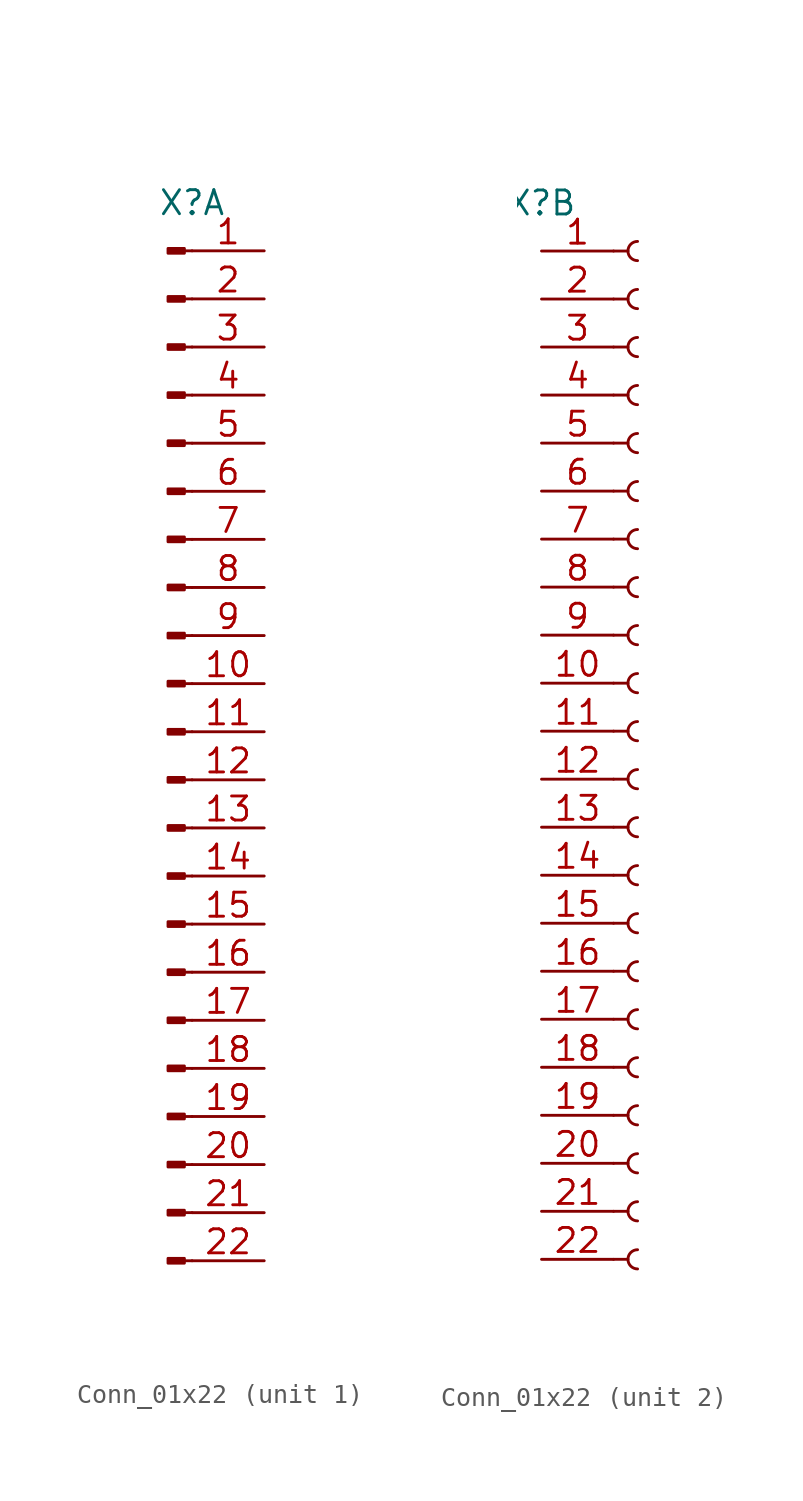
<source format=kicad_sym>
(kicad_symbol_lib
  (version 20241209)
  (generator "kicad_symbol_editor")
  (generator_version "9.0")
  (symbol "Conn_01x22"
    (pin_names
      (offset 1.016)
      (hide yes))
    (property "Reference" "X"
      (at 0 27.94 0)
      (effects (font (size 1.27 1.27))))
    (property "ki_locked" ""
      (at 0 0 0)
      (effects (font (size 1.27 1.27))))
    (symbol "Conn_01x22_1_1"
      (rectangle (start -0.406 25.527) (end -1.27 25.273) (stroke (width 0.152) (type default)) (fill (type outline)))
      (rectangle (start -0.406 22.987) (end -1.27 22.733) (stroke (width 0.152) (type default)) (fill (type outline)))
      (rectangle (start -0.406 20.447) (end -1.27 20.193) (stroke (width 0.152) (type default)) (fill (type outline)))
      (rectangle (start -0.406 17.907) (end -1.27 17.653) (stroke (width 0.152) (type default)) (fill (type outline)))
      (rectangle (start -0.406 15.367) (end -1.27 15.113) (stroke (width 0.152) (type default)) (fill (type outline)))
      (rectangle (start -0.406 12.827) (end -1.27 12.573) (stroke (width 0.152) (type default)) (fill (type outline)))
      (rectangle (start -0.406 10.287) (end -1.27 10.033) (stroke (width 0.152) (type default)) (fill (type outline)))
      (rectangle (start -0.406 7.747) (end -1.27 7.493) (stroke (width 0.152) (type default)) (fill (type outline)))
      (rectangle (start -0.406 5.207) (end -1.27 4.953) (stroke (width 0.152) (type default)) (fill (type outline)))
      (rectangle (start -0.406 2.667) (end -1.27 2.413) (stroke (width 0.152) (type default)) (fill (type outline)))
      (rectangle (start -0.406 0.127) (end -1.27 -0.127) (stroke (width 0.152) (type default)) (fill (type outline)))
      (rectangle (start -0.406 -2.413) (end -1.27 -2.667) (stroke (width 0.152) (type default)) (fill (type outline)))
      (rectangle (start -0.406 -4.953) (end -1.27 -5.207) (stroke (width 0.152) (type default)) (fill (type outline)))
      (rectangle (start -0.406 -7.493) (end -1.27 -7.747) (stroke (width 0.152) (type default)) (fill (type outline)))
      (rectangle (start -0.406 -10.033) (end -1.27 -10.287) (stroke (width 0.152) (type default)) (fill (type outline)))
      (rectangle (start -0.406 -12.573) (end -1.27 -12.827) (stroke (width 0.152) (type default)) (fill (type outline)))
      (rectangle (start -0.406 -15.113) (end -1.27 -15.367) (stroke (width 0.152) (type default)) (fill (type outline)))
      (rectangle (start -0.406 -17.653) (end -1.27 -17.907) (stroke (width 0.152) (type default)) (fill (type outline)))
      (rectangle (start -0.406 -20.193) (end -1.27 -20.447) (stroke (width 0.152) (type default)) (fill (type outline)))
      (rectangle (start -0.406 -22.733) (end -1.27 -22.987) (stroke (width 0.152) (type default)) (fill (type outline)))
      (rectangle (start -0.406 -25.273) (end -1.27 -25.527) (stroke (width 0.152) (type default)) (fill (type outline)))
      (rectangle (start -0.406 -27.813) (end -1.27 -28.067) (stroke (width 0.152) (type default)) (fill (type outline)))
      (polyline (pts (xy 0 25.4) (xy -0.406 25.4)) (stroke (width 0.152) (type default)) (fill (type none)))
      (polyline (pts (xy 0 22.86) (xy -0.406 22.86)) (stroke (width 0.152) (type default)) (fill (type none)))
      (polyline (pts (xy 0 20.32) (xy -0.406 20.32)) (stroke (width 0.152) (type default)) (fill (type none)))
      (polyline (pts (xy 0 17.78) (xy -0.406 17.78)) (stroke (width 0.152) (type default)) (fill (type none)))
      (polyline (pts (xy 0 15.24) (xy -0.406 15.24)) (stroke (width 0.152) (type default)) (fill (type none)))
      (polyline (pts (xy 0 12.7) (xy -0.406 12.7)) (stroke (width 0.152) (type default)) (fill (type none)))
      (polyline (pts (xy 0 10.16) (xy -0.406 10.16)) (stroke (width 0.152) (type default)) (fill (type none)))
      (polyline (pts (xy 0 7.62) (xy -0.406 7.62)) (stroke (width 0.152) (type default)) (fill (type none)))
      (polyline (pts (xy 0 5.08) (xy -0.406 5.08)) (stroke (width 0.152) (type default)) (fill (type none)))
      (polyline (pts (xy 0 2.54) (xy -0.406 2.54)) (stroke (width 0.152) (type default)) (fill (type none)))
      (polyline (pts (xy 0 0) (xy -0.406 0)) (stroke (width 0.152) (type default)) (fill (type none)))
      (polyline (pts (xy 0 -2.54) (xy -0.406 -2.54)) (stroke (width 0.152) (type default)) (fill (type none)))
      (polyline (pts (xy 0 -5.08) (xy -0.406 -5.08)) (stroke (width 0.152) (type default)) (fill (type none)))
      (polyline (pts (xy 0 -7.62) (xy -0.406 -7.62)) (stroke (width 0.152) (type default)) (fill (type none)))
      (polyline (pts (xy 0 -10.16) (xy -0.406 -10.16)) (stroke (width 0.152) (type default)) (fill (type none)))
      (polyline (pts (xy 0 -12.7) (xy -0.406 -12.7)) (stroke (width 0.152) (type default)) (fill (type none)))
      (polyline (pts (xy 0 -15.24) (xy -0.406 -15.24)) (stroke (width 0.152) (type default)) (fill (type none)))
      (polyline (pts (xy 0 -17.78) (xy -0.406 -17.78)) (stroke (width 0.152) (type default)) (fill (type none)))
      (polyline (pts (xy 0 -20.32) (xy -0.406 -20.32)) (stroke (width 0.152) (type default)) (fill (type none)))
      (polyline (pts (xy 0 -22.86) (xy -0.406 -22.86)) (stroke (width 0.152) (type default)) (fill (type none)))
      (polyline (pts (xy 0 -25.4) (xy -0.406 -25.4)) (stroke (width 0.152) (type default)) (fill (type none)))
      (polyline (pts (xy 0 -27.94) (xy -0.406 -27.94)) (stroke (width 0.152) (type default)) (fill (type none)))
      (pin passive line (at 3.81 25.4 180) (length 3.81) (name "Pin_1" (effects (font (size 1.27 1.27)))) (number "1" (effects (font (size 1.27 1.27)))))
      (pin passive line (at 3.81 22.86 180) (length 3.81) (name "Pin_2" (effects (font (size 1.27 1.27)))) (number "2" (effects (font (size 1.27 1.27)))))
      (pin passive line (at 3.81 20.32 180) (length 3.81) (name "Pin_3" (effects (font (size 1.27 1.27)))) (number "3" (effects (font (size 1.27 1.27)))))
      (pin passive line (at 3.81 17.78 180) (length 3.81) (name "Pin_4" (effects (font (size 1.27 1.27)))) (number "4" (effects (font (size 1.27 1.27)))))
      (pin passive line (at 3.81 15.24 180) (length 3.81) (name "Pin_5" (effects (font (size 1.27 1.27)))) (number "5" (effects (font (size 1.27 1.27)))))
      (pin passive line (at 3.81 12.7 180) (length 3.81) (name "Pin_6" (effects (font (size 1.27 1.27)))) (number "6" (effects (font (size 1.27 1.27)))))
      (pin passive line (at 3.81 10.16 180) (length 3.81) (name "Pin_7" (effects (font (size 1.27 1.27)))) (number "7" (effects (font (size 1.27 1.27)))))
      (pin passive line (at 3.81 7.62 180) (length 3.81) (name "Pin_8" (effects (font (size 1.27 1.27)))) (number "8" (effects (font (size 1.27 1.27)))))
      (pin passive line (at 3.81 5.08 180) (length 3.81) (name "Pin_9" (effects (font (size 1.27 1.27)))) (number "9" (effects (font (size 1.27 1.27)))))
      (pin passive line (at 3.81 2.54 180) (length 3.81) (name "Pin_10" (effects (font (size 1.27 1.27)))) (number "10" (effects (font (size 1.27 1.27)))))
      (pin passive line (at 3.81 0 180) (length 3.81) (name "Pin_11" (effects (font (size 1.27 1.27)))) (number "11" (effects (font (size 1.27 1.27)))))
      (pin passive line (at 3.81 -2.54 180) (length 3.81) (name "Pin_12" (effects (font (size 1.27 1.27)))) (number "12" (effects (font (size 1.27 1.27)))))
      (pin passive line (at 3.81 -5.08 180) (length 3.81) (name "Pin_13" (effects (font (size 1.27 1.27)))) (number "13" (effects (font (size 1.27 1.27)))))
      (pin passive line (at 3.81 -7.62 180) (length 3.81) (name "Pin_14" (effects (font (size 1.27 1.27)))) (number "14" (effects (font (size 1.27 1.27)))))
      (pin passive line (at 3.81 -10.16 180) (length 3.81) (name "Pin_15" (effects (font (size 1.27 1.27)))) (number "15" (effects (font (size 1.27 1.27)))))
      (pin passive line (at 3.81 -12.7 180) (length 3.81) (name "Pin_16" (effects (font (size 1.27 1.27)))) (number "16" (effects (font (size 1.27 1.27)))))
      (pin passive line (at 3.81 -15.24 180) (length 3.81) (name "Pin_17" (effects (font (size 1.27 1.27)))) (number "17" (effects (font (size 1.27 1.27)))))
      (pin passive line (at 3.81 -17.78 180) (length 3.81) (name "Pin_18" (effects (font (size 1.27 1.27)))) (number "18" (effects (font (size 1.27 1.27)))))
      (pin passive line (at 3.81 -20.32 180) (length 3.81) (name "Pin_19" (effects (font (size 1.27 1.27)))) (number "19" (effects (font (size 1.27 1.27)))))
      (pin passive line (at 3.81 -22.86 180) (length 3.81) (name "Pin_20" (effects (font (size 1.27 1.27)))) (number "20" (effects (font (size 1.27 1.27)))))
      (pin passive line (at 3.81 -25.4 180) (length 3.81) (name "Pin_21" (effects (font (size 1.27 1.27)))) (number "21" (effects (font (size 1.27 1.27)))))
      (pin passive line (at 3.81 -27.94 180) (length 3.81) (name "Pin_22" (effects (font (size 1.27 1.27)))) (number "22" (effects (font (size 1.27 1.27))))))
    (symbol "Conn_01x22_2_1"
      (polyline (pts (xy 3.81 25.4) (xy 4.572 25.4)) (stroke (width 0.152) (type default)) (fill (type none)))
      (polyline (pts (xy 3.81 22.86) (xy 4.572 22.86)) (stroke (width 0.152) (type default)) (fill (type none)))
      (polyline (pts (xy 3.81 20.32) (xy 4.572 20.32)) (stroke (width 0.152) (type default)) (fill (type none)))
      (polyline (pts (xy 3.81 17.78) (xy 4.572 17.78)) (stroke (width 0.152) (type default)) (fill (type none)))
      (polyline (pts (xy 3.81 15.24) (xy 4.572 15.24)) (stroke (width 0.152) (type default)) (fill (type none)))
      (polyline (pts (xy 3.81 12.7) (xy 4.572 12.7)) (stroke (width 0.152) (type default)) (fill (type none)))
      (polyline (pts (xy 3.81 10.16) (xy 4.572 10.16)) (stroke (width 0.152) (type default)) (fill (type none)))
      (polyline (pts (xy 3.81 7.62) (xy 4.572 7.62)) (stroke (width 0.152) (type default)) (fill (type none)))
      (polyline (pts (xy 3.81 5.08) (xy 4.572 5.08)) (stroke (width 0.152) (type default)) (fill (type none)))
      (polyline (pts (xy 3.81 2.54) (xy 4.572 2.54)) (stroke (width 0.152) (type default)) (fill (type none)))
      (polyline (pts (xy 3.81 0) (xy 4.572 0)) (stroke (width 0.152) (type default)) (fill (type none)))
      (polyline (pts (xy 3.81 -2.54) (xy 4.572 -2.54)) (stroke (width 0.152) (type default)) (fill (type none)))
      (polyline (pts (xy 3.81 -5.08) (xy 4.572 -5.08)) (stroke (width 0.152) (type default)) (fill (type none)))
      (polyline (pts (xy 3.81 -7.62) (xy 4.572 -7.62)) (stroke (width 0.152) (type default)) (fill (type none)))
      (polyline (pts (xy 3.81 -10.16) (xy 4.572 -10.16)) (stroke (width 0.152) (type default)) (fill (type none)))
      (polyline (pts (xy 3.81 -12.7) (xy 4.572 -12.7)) (stroke (width 0.152) (type default)) (fill (type none)))
      (polyline (pts (xy 3.81 -15.24) (xy 4.572 -15.24)) (stroke (width 0.152) (type default)) (fill (type none)))
      (polyline (pts (xy 3.81 -17.78) (xy 4.572 -17.78)) (stroke (width 0.152) (type default)) (fill (type none)))
      (polyline (pts (xy 3.81 -20.32) (xy 4.572 -20.32)) (stroke (width 0.152) (type default)) (fill (type none)))
      (polyline (pts (xy 3.81 -22.86) (xy 4.572 -22.86)) (stroke (width 0.152) (type default)) (fill (type none)))
      (polyline (pts (xy 3.81 -25.4) (xy 4.572 -25.4)) (stroke (width 0.152) (type default)) (fill (type none)))
      (polyline (pts (xy 3.81 -27.94) (xy 4.572 -27.94)) (stroke (width 0.152) (type default)) (fill (type none)))
      (arc (start 5.08 24.892) (mid 4.5742 25.4) (end 5.08 25.908) (stroke (width 0.1524) (type default)) (fill (type none)))
      (arc (start 5.08 22.352) (mid 4.5742 22.86) (end 5.08 23.368) (stroke (width 0.1524) (type default)) (fill (type none)))
      (arc (start 5.08 19.812) (mid 4.5742 20.32) (end 5.08 20.828) (stroke (width 0.1524) (type default)) (fill (type none)))
      (arc (start 5.08 17.272) (mid 4.5742 17.78) (end 5.08 18.288) (stroke (width 0.1524) (type default)) (fill (type none)))
      (arc (start 5.08 14.732) (mid 4.5742 15.24) (end 5.08 15.748) (stroke (width 0.1524) (type default)) (fill (type none)))
      (arc (start 5.08 12.192) (mid 4.5742 12.7) (end 5.08 13.208) (stroke (width 0.1524) (type default)) (fill (type none)))
      (arc (start 5.08 9.652) (mid 4.5742 10.16) (end 5.08 10.668) (stroke (width 0.1524) (type default)) (fill (type none)))
      (arc (start 5.08 7.112) (mid 4.5742 7.62) (end 5.08 8.128) (stroke (width 0.1524) (type default)) (fill (type none)))
      (arc (start 5.08 4.572) (mid 4.5742 5.08) (end 5.08 5.588) (stroke (width 0.1524) (type default)) (fill (type none)))
      (arc (start 5.08 2.032) (mid 4.5742 2.54) (end 5.08 3.048) (stroke (width 0.1524) (type default)) (fill (type none)))
      (arc (start 5.08 -0.508) (mid 4.5742 0) (end 5.08 0.508) (stroke (width 0.1524) (type default)) (fill (type none)))
      (arc (start 5.08 -3.048) (mid 4.5742 -2.54) (end 5.08 -2.032) (stroke (width 0.1524) (type default)) (fill (type none)))
      (arc (start 5.08 -5.588) (mid 4.5742 -5.08) (end 5.08 -4.572) (stroke (width 0.1524) (type default)) (fill (type none)))
      (arc (start 5.08 -8.128) (mid 4.5742 -7.62) (end 5.08 -7.112) (stroke (width 0.1524) (type default)) (fill (type none)))
      (arc (start 5.08 -10.668) (mid 4.5742 -10.16) (end 5.08 -9.652) (stroke (width 0.1524) (type default)) (fill (type none)))
      (arc (start 5.08 -13.208) (mid 4.5742 -12.7) (end 5.08 -12.192) (stroke (width 0.1524) (type default)) (fill (type none)))
      (arc (start 5.08 -15.748) (mid 4.5742 -15.24) (end 5.08 -14.732) (stroke (width 0.1524) (type default)) (fill (type none)))
      (arc (start 5.08 -18.288) (mid 4.5742 -17.78) (end 5.08 -17.272) (stroke (width 0.1524) (type default)) (fill (type none)))
      (arc (start 5.08 -20.828) (mid 4.5742 -20.32) (end 5.08 -19.812) (stroke (width 0.1524) (type default)) (fill (type none)))
      (arc (start 5.08 -23.368) (mid 4.5742 -22.86) (end 5.08 -22.352) (stroke (width 0.1524) (type default)) (fill (type none)))
      (arc (start 5.08 -25.908) (mid 4.5742 -25.4) (end 5.08 -24.892) (stroke (width 0.1524) (type default)) (fill (type none)))
      (arc (start 5.08 -28.448) (mid 4.5742 -27.94) (end 5.08 -27.432) (stroke (width 0.1524) (type default)) (fill (type none)))
      (pin passive line (at 0 25.4 0) (length 3.81) (name "Pin_1" (effects (font (size 1.27 1.27)))) (number "1" (effects (font (size 1.27 1.27)))))
      (pin passive line (at 0 22.86 0) (length 3.81) (name "Pin_2" (effects (font (size 1.27 1.27)))) (number "2" (effects (font (size 1.27 1.27)))))
      (pin passive line (at 0 20.32 0) (length 3.81) (name "Pin_3" (effects (font (size 1.27 1.27)))) (number "3" (effects (font (size 1.27 1.27)))))
      (pin passive line (at 0 17.78 0) (length 3.81) (name "Pin_4" (effects (font (size 1.27 1.27)))) (number "4" (effects (font (size 1.27 1.27)))))
      (pin passive line (at 0 15.24 0) (length 3.81) (name "Pin_5" (effects (font (size 1.27 1.27)))) (number "5" (effects (font (size 1.27 1.27)))))
      (pin passive line (at 0 12.7 0) (length 3.81) (name "Pin_6" (effects (font (size 1.27 1.27)))) (number "6" (effects (font (size 1.27 1.27)))))
      (pin passive line (at 0 10.16 0) (length 3.81) (name "Pin_7" (effects (font (size 1.27 1.27)))) (number "7" (effects (font (size 1.27 1.27)))))
      (pin passive line (at 0 7.62 0) (length 3.81) (name "Pin_8" (effects (font (size 1.27 1.27)))) (number "8" (effects (font (size 1.27 1.27)))))
      (pin passive line (at 0 5.08 0) (length 3.81) (name "Pin_9" (effects (font (size 1.27 1.27)))) (number "9" (effects (font (size 1.27 1.27)))))
      (pin passive line (at 0 2.54 0) (length 3.81) (name "Pin_10" (effects (font (size 1.27 1.27)))) (number "10" (effects (font (size 1.27 1.27)))))
      (pin passive line (at 0 0 0) (length 3.81) (name "Pin_11" (effects (font (size 1.27 1.27)))) (number "11" (effects (font (size 1.27 1.27)))))
      (pin passive line (at 0 -2.54 0) (length 3.81) (name "Pin_12" (effects (font (size 1.27 1.27)))) (number "12" (effects (font (size 1.27 1.27)))))
      (pin passive line (at 0 -5.08 0) (length 3.81) (name "Pin_13" (effects (font (size 1.27 1.27)))) (number "13" (effects (font (size 1.27 1.27)))))
      (pin passive line (at 0 -7.62 0) (length 3.81) (name "Pin_14" (effects (font (size 1.27 1.27)))) (number "14" (effects (font (size 1.27 1.27)))))
      (pin passive line (at 0 -10.16 0) (length 3.81) (name "Pin_15" (effects (font (size 1.27 1.27)))) (number "15" (effects (font (size 1.27 1.27)))))
      (pin passive line (at 0 -12.7 0) (length 3.81) (name "Pin_16" (effects (font (size 1.27 1.27)))) (number "16" (effects (font (size 1.27 1.27)))))
      (pin passive line (at 0 -15.24 0) (length 3.81) (name "Pin_17" (effects (font (size 1.27 1.27)))) (number "17" (effects (font (size 1.27 1.27)))))
      (pin passive line (at 0 -17.78 0) (length 3.81) (name "Pin_18" (effects (font (size 1.27 1.27)))) (number "18" (effects (font (size 1.27 1.27)))))
      (pin passive line (at 0 -20.32 0) (length 3.81) (name "Pin_19" (effects (font (size 1.27 1.27)))) (number "19" (effects (font (size 1.27 1.27)))))
      (pin passive line (at 0 -22.86 0) (length 3.81) (name "Pin_20" (effects (font (size 1.27 1.27)))) (number "20" (effects (font (size 1.27 1.27)))))
      (pin passive line (at 0 -25.4 0) (length 3.81) (name "Pin_21" (effects (font (size 1.27 1.27)))) (number "21" (effects (font (size 1.27 1.27)))))
      (pin passive line (at 0 -27.94 0) (length 3.81) (name "Pin_22" (effects (font (size 1.27 1.27)))) (number "22" (effects (font (size 1.27 1.27))))))))
</source>
